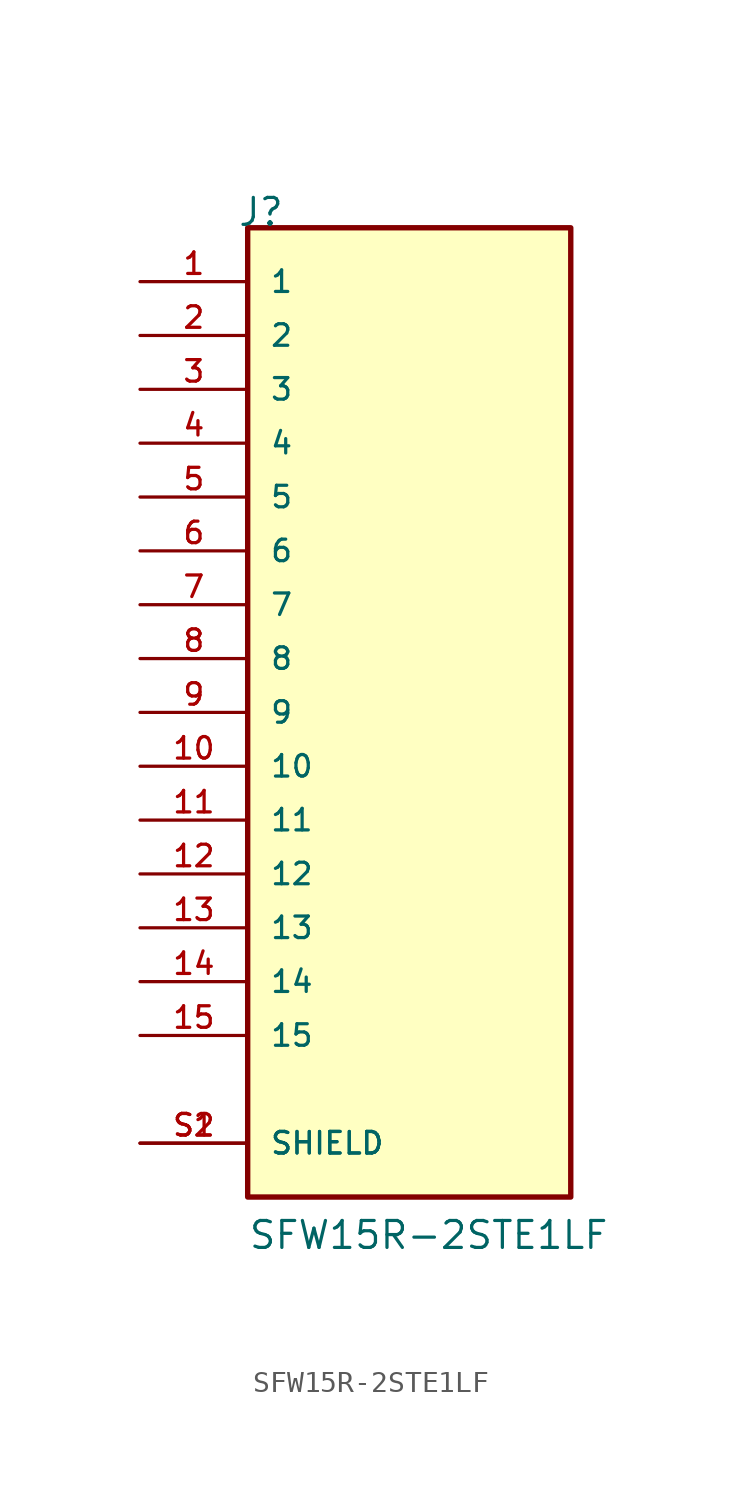
<source format=kicad_sym>
(kicad_symbol_lib
  (version 20211014)
  (generator kicad_symbol_editor)
  (symbol "SFW15R-2STE1LF"
    (pin_names
      (offset 1.016))
    (property "Reference" "J"
      (at -8.12 22.86 0)
      (effects (font (size 1.27 1.27)) (justify bottom left)))
    (property "Value" "SFW15R-2STE1LF"
      (at -7.62 -25.4 0)
      (effects (font (size 1.27 1.27)) (justify bottom left)))
    (symbol "SFW15R-2STE1LF_0_0"
      (rectangle (start -7.62 -22.86) (end 7.62 22.86) (stroke (width 0.254)) (fill (type background)))
      (pin passive line (at -12.7 20.32 0) (length 5.08) (name "1" (effects (font (size 1.016 1.016)))) (number "1" (effects (font (size 1.016 1.016)))))
      (pin passive line (at -12.7 17.78 0) (length 5.08) (name "2" (effects (font (size 1.016 1.016)))) (number "2" (effects (font (size 1.016 1.016)))))
      (pin passive line (at -12.7 15.24 0) (length 5.08) (name "3" (effects (font (size 1.016 1.016)))) (number "3" (effects (font (size 1.016 1.016)))))
      (pin passive line (at -12.7 12.7 0) (length 5.08) (name "4" (effects (font (size 1.016 1.016)))) (number "4" (effects (font (size 1.016 1.016)))))
      (pin passive line (at -12.7 10.16 0) (length 5.08) (name "5" (effects (font (size 1.016 1.016)))) (number "5" (effects (font (size 1.016 1.016)))))
      (pin passive line (at -12.7 -20.32 0) (length 5.08) (name "SHIELD" (effects (font (size 1.016 1.016)))) (number "S1" (effects (font (size 1.016 1.016)))))
      (pin passive line (at -12.7 -20.32 0) (length 5.08) (name "SHIELD" (effects (font (size 1.016 1.016)))) (number "S2" (effects (font (size 1.016 1.016)))))
      (pin passive line (at -12.7 7.62 0) (length 5.08) (name "6" (effects (font (size 1.016 1.016)))) (number "6" (effects (font (size 1.016 1.016)))))
      (pin passive line (at -12.7 5.08 0) (length 5.08) (name "7" (effects (font (size 1.016 1.016)))) (number "7" (effects (font (size 1.016 1.016)))))
      (pin passive line (at -12.7 2.54 0) (length 5.08) (name "8" (effects (font (size 1.016 1.016)))) (number "8" (effects (font (size 1.016 1.016)))))
      (pin passive line (at -12.7 0.0 0) (length 5.08) (name "9" (effects (font (size 1.016 1.016)))) (number "9" (effects (font (size 1.016 1.016)))))
      (pin passive line (at -12.7 -2.54 0) (length 5.08) (name "10" (effects (font (size 1.016 1.016)))) (number "10" (effects (font (size 1.016 1.016)))))
      (pin passive line (at -12.7 -5.08 0) (length 5.08) (name "11" (effects (font (size 1.016 1.016)))) (number "11" (effects (font (size 1.016 1.016)))))
      (pin passive line (at -12.7 -7.62 0) (length 5.08) (name "12" (effects (font (size 1.016 1.016)))) (number "12" (effects (font (size 1.016 1.016)))))
      (pin passive line (at -12.7 -10.16 0) (length 5.08) (name "13" (effects (font (size 1.016 1.016)))) (number "13" (effects (font (size 1.016 1.016)))))
      (pin passive line (at -12.7 -12.7 0) (length 5.08) (name "14" (effects (font (size 1.016 1.016)))) (number "14" (effects (font (size 1.016 1.016)))))
      (pin passive line (at -12.7 -15.24 0) (length 5.08) (name "15" (effects (font (size 1.016 1.016)))) (number "15" (effects (font (size 1.016 1.016))))))))
</source>
